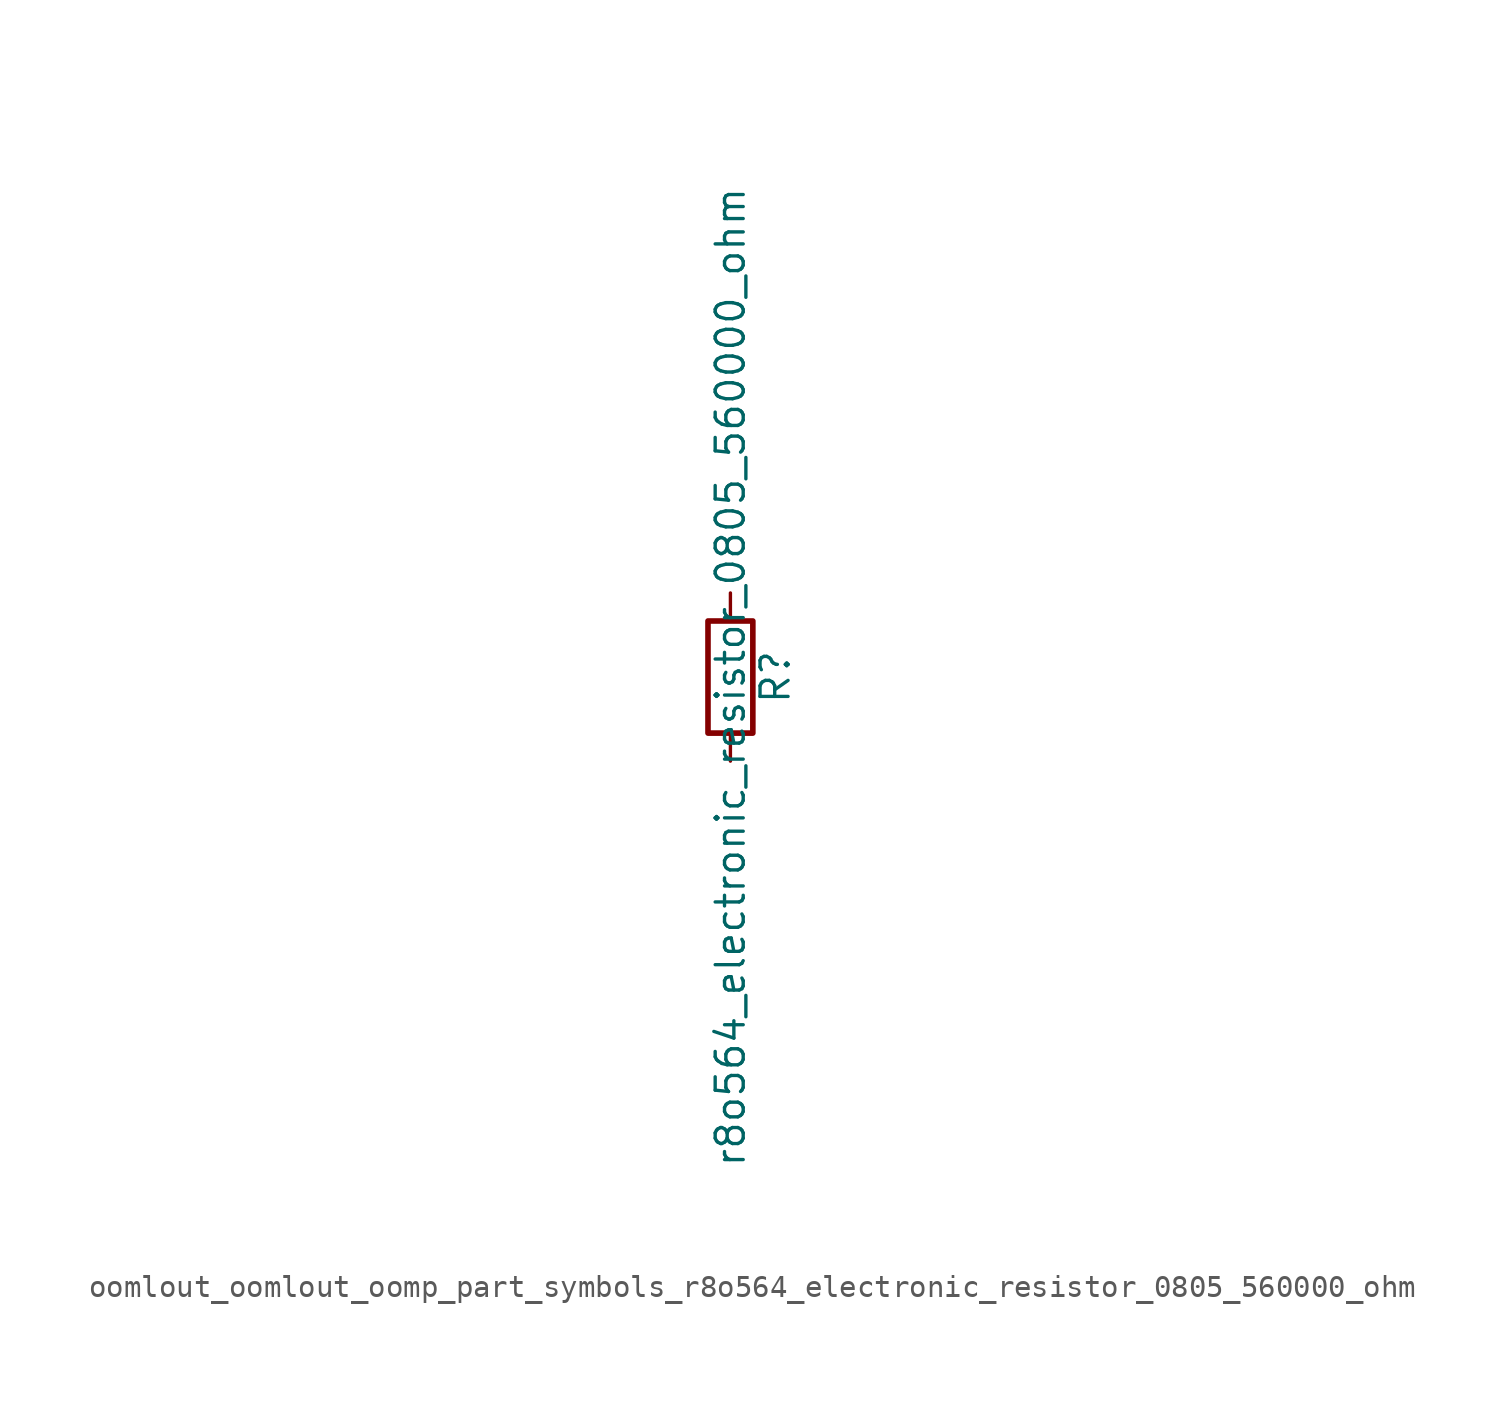
<source format=kicad_sym>
(kicad_symbol_lib
  (version 20220914)
  (generator kicad_symbol_editor)
  (symbol "oomlout_oomlout_oomp_part_symbols_r8o564_electronic_resistor_0805_560000_ohm"
    (pin_numbers hide)
    (pin_names
      (offset 0))
    (property "Reference" "R"
      (at 2.032 0 90)
      (effects (font (size 1.27 1.27))))
    (property "Value" "r8o564_electronic_resistor_0805_560000_ohm"
      (at 0 0 90)
      (effects (font (size 1.27 1.27))))
    (symbol "oomlout_oomlout_oomp_part_symbols_r8o564_electronic_resistor_0805_560000_ohm_0_1"
      (rectangle (start -1.016 -2.54) (end 1.016 2.54) (stroke (width 0.254) (type default)) (fill (type none))))
    (symbol "oomlout_oomlout_oomp_part_symbols_r8o564_electronic_resistor_0805_560000_ohm_1_1"
      (pin passive line (at 0 3.81 270) (length 1.27) (name "~" (effects (font (size 1.27 1.27)))) (number "1" (effects (font (size 1.27 1.27)))))
      (pin passive line (at 0 -3.81 90) (length 1.27) (name "~" (effects (font (size 1.27 1.27)))) (number "2" (effects (font (size 1.27 1.27))))))))
</source>
